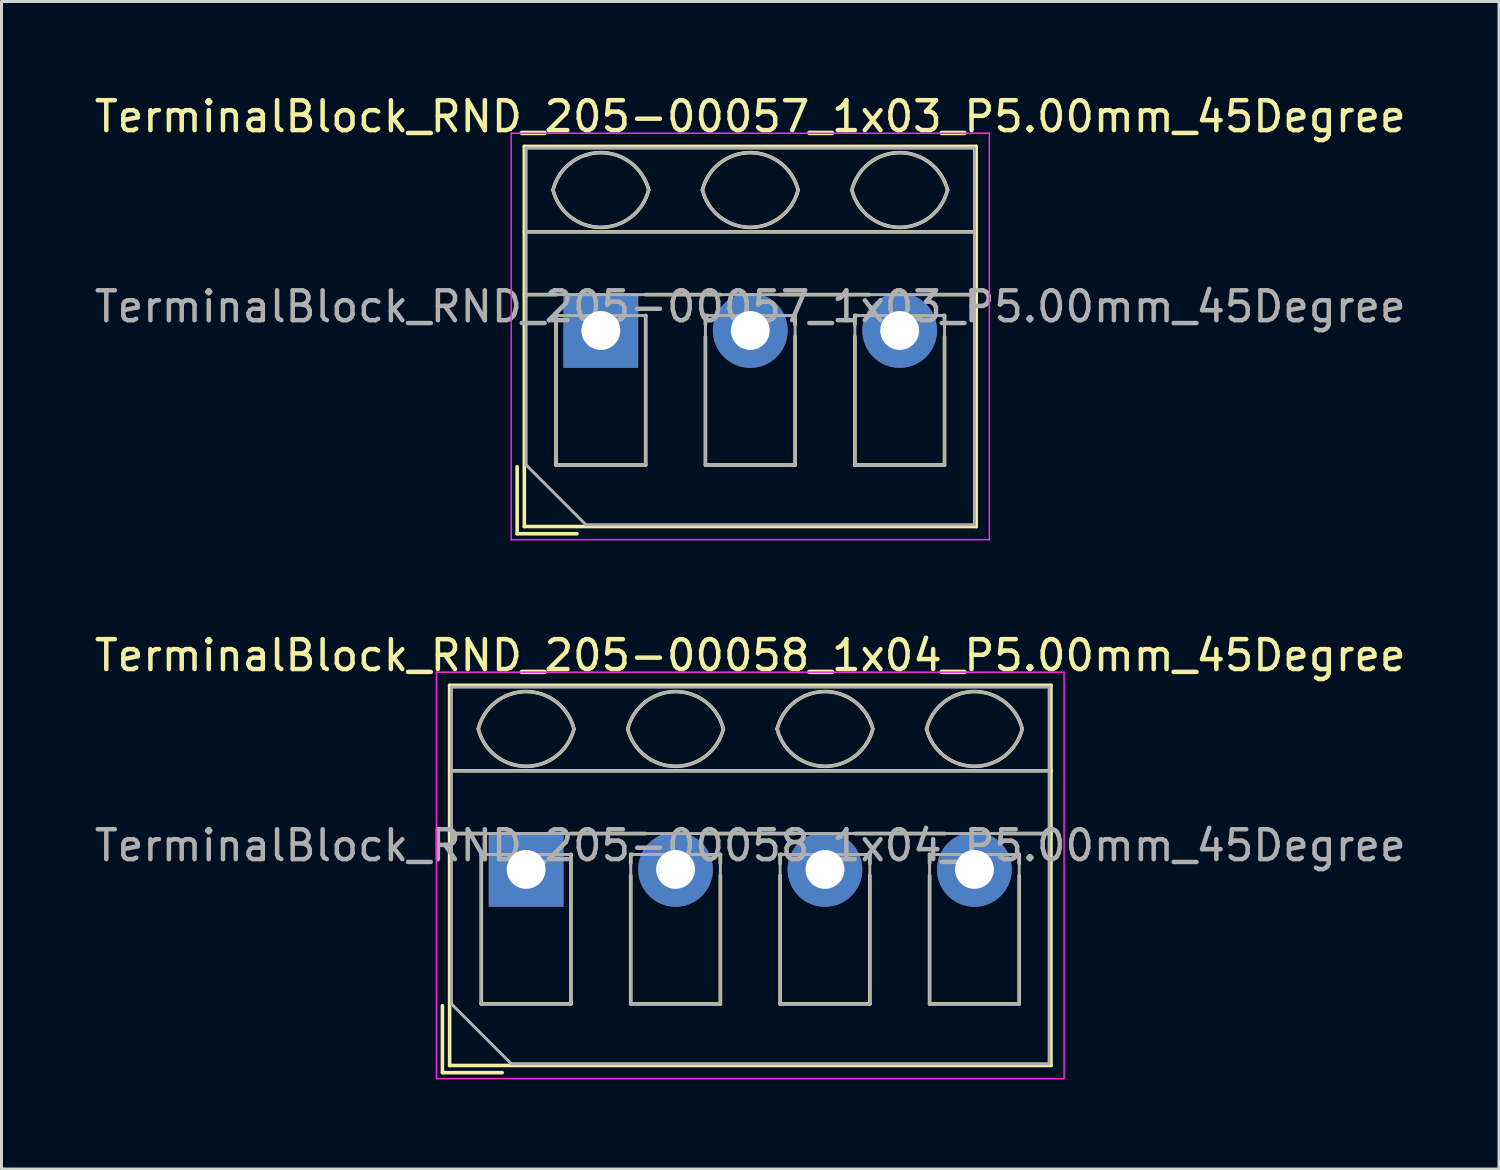
<source format=kicad_pcb>
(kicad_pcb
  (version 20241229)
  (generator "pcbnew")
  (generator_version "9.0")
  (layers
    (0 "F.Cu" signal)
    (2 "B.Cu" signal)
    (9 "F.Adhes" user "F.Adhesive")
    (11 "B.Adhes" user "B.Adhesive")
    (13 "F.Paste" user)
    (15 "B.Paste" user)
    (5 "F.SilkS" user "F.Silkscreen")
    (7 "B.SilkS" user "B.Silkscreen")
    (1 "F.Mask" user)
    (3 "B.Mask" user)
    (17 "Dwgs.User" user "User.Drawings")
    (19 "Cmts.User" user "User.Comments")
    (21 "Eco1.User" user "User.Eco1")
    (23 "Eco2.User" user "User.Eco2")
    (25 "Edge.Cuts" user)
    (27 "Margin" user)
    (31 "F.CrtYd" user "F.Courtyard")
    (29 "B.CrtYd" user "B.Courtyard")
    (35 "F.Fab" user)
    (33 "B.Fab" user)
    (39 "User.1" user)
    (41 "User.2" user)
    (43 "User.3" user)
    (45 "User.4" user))
  (footprint "TerminalBlock_RND_205-00058_1x04_P5.00mm_45Degree"
    (layer "F.Cu")
    (at 14.554 26.041)
    (property "Reference" "TerminalBlock_RND_205-00058_1x04_P5.00mm_45Degree" (at 7.5 -7.16 0) (layer "F.SilkS") (effects (font (size 1 1) (thickness 0.15))))
    (attr through_hole)
    (fp_line (start -2.8 4.56) (end -2.8 6.8) (stroke (width 0.12) (type solid)) (layer "F.SilkS"))
    (fp_line (start -2.8 6.8) (end -0.8 6.8) (stroke (width 0.12) (type solid)) (layer "F.SilkS"))
    (fp_line (start -2.56 -6.16) (end -2.56 6.56) (stroke (width 0.12) (type solid)) (layer "F.SilkS"))
    (fp_line (start -2.56 -6.16) (end 17.561 -6.16) (stroke (width 0.12) (type solid)) (layer "F.SilkS"))
    (fp_line (start -2.56 -3.301) (end 17.561 -3.301) (stroke (width 0.12) (type solid)) (layer "F.SilkS"))
    (fp_line (start -2.56 -1.201) (end -1.49 -1.201) (stroke (width 0.12) (type solid)) (layer "F.SilkS"))
    (fp_line (start -2.56 6.56) (end 17.561 6.56) (stroke (width 0.12) (type solid)) (layer "F.SilkS"))
    (fp_line (start -1.5 -0.5) (end -1.5 4.5) (stroke (width 0.12) (type solid)) (layer "F.SilkS"))
    (fp_line (start -1.5 -0.5) (end -1.49 -0.5) (stroke (width 0.12) (type solid)) (layer "F.SilkS"))
    (fp_line (start -1.5 4.5) (end 1.5 4.5) (stroke (width 0.12) (type solid)) (layer "F.SilkS"))
    (fp_line (start 1.49 -1.201) (end 4 -1.201) (stroke (width 0.12) (type solid)) (layer "F.SilkS"))
    (fp_line (start 1.49 -0.5) (end 1.5 -0.5) (stroke (width 0.12) (type solid)) (layer "F.SilkS"))
    (fp_line (start 1.5 -0.5) (end 1.5 4.5) (stroke (width 0.12) (type solid)) (layer "F.SilkS"))
    (fp_line (start 3.5 -0.5) (end 3.5 -0.202) (stroke (width 0.12) (type solid)) (layer "F.SilkS"))
    (fp_line (start 3.5 -0.5) (end 3.57 -0.5) (stroke (width 0.12) (type solid)) (layer "F.SilkS"))
    (fp_line (start 3.5 0.202) (end 3.5 4.5) (stroke (width 0.12) (type solid)) (layer "F.SilkS"))
    (fp_line (start 3.5 4.5) (end 6.5 4.5) (stroke (width 0.12) (type solid)) (layer "F.SilkS"))
    (fp_line (start 6.001 -1.201) (end 9 -1.201) (stroke (width 0.12) (type solid)) (layer "F.SilkS"))
    (fp_line (start 6.431 -0.5) (end 6.5 -0.5) (stroke (width 0.12) (type solid)) (layer "F.SilkS"))
    (fp_line (start 6.5 -0.5) (end 6.5 -0.202) (stroke (width 0.12) (type solid)) (layer "F.SilkS"))
    (fp_line (start 6.5 0.202) (end 6.5 4.5) (stroke (width 0.12) (type solid)) (layer "F.SilkS"))
    (fp_line (start 8.5 -0.5) (end 8.5 -0.202) (stroke (width 0.12) (type solid)) (layer "F.SilkS"))
    (fp_line (start 8.5 -0.5) (end 8.57 -0.5) (stroke (width 0.12) (type solid)) (layer "F.SilkS"))
    (fp_line (start 8.5 0.202) (end 8.5 4.5) (stroke (width 0.12) (type solid)) (layer "F.SilkS"))
    (fp_line (start 8.5 4.5) (end 11.5 4.5) (stroke (width 0.12) (type solid)) (layer "F.SilkS"))
    (fp_line (start 11.001 -1.201) (end 14 -1.201) (stroke (width 0.12) (type solid)) (layer "F.SilkS"))
    (fp_line (start 11.431 -0.5) (end 11.5 -0.5) (stroke (width 0.12) (type solid)) (layer "F.SilkS"))
    (fp_line (start 11.5 -0.5) (end 11.5 -0.202) (stroke (width 0.12) (type solid)) (layer "F.SilkS"))
    (fp_line (start 11.5 0.202) (end 11.5 4.5) (stroke (width 0.12) (type solid)) (layer "F.SilkS"))
    (fp_line (start 13.5 -0.5) (end 13.5 -0.202) (stroke (width 0.12) (type solid)) (layer "F.SilkS"))
    (fp_line (start 13.5 -0.5) (end 13.57 -0.5) (stroke (width 0.12) (type solid)) (layer "F.SilkS"))
    (fp_line (start 13.5 0.202) (end 13.5 4.5) (stroke (width 0.12) (type solid)) (layer "F.SilkS"))
    (fp_line (start 13.5 4.5) (end 16.5 4.5) (stroke (width 0.12) (type solid)) (layer "F.SilkS"))
    (fp_line (start 16.001 -1.201) (end 17.561 -1.201) (stroke (width 0.12) (type solid)) (layer "F.SilkS"))
    (fp_line (start 16.431 -0.5) (end 16.5 -0.5) (stroke (width 0.12) (type solid)) (layer "F.SilkS"))
    (fp_line (start 16.5 -0.5) (end 16.5 -0.202) (stroke (width 0.12) (type solid)) (layer "F.SilkS"))
    (fp_line (start 16.5 0.202) (end 16.5 4.5) (stroke (width 0.12) (type solid)) (layer "F.SilkS"))
    (fp_line (start 17.561 -6.16) (end 17.561 6.56) (stroke (width 0.12) (type solid)) (layer "F.SilkS"))
    (fp_arc (start -1.600914 -4.700344) (mid 0.000177 -5.95097) (end 1.601 -4.7) (stroke (width 0.12) (type solid)) (layer "F.SilkS"))
    (fp_arc (start 1.6 -4.7) (mid -0.000064 -3.45) (end -1.600031 -4.700125) (stroke (width 0.12) (type solid)) (layer "F.SilkS"))
    (fp_arc (start 3.399086 -4.700344) (mid 5.000177 -5.95097) (end 6.601 -4.7) (stroke (width 0.12) (type solid)) (layer "F.SilkS"))
    (fp_arc (start 6.6 -4.7) (mid 4.999936 -3.45) (end 3.399969 -4.700125) (stroke (width 0.12) (type solid)) (layer "F.SilkS"))
    (fp_arc (start 8.399086 -4.700344) (mid 10.000177 -5.95097) (end 11.601 -4.7) (stroke (width 0.12) (type solid)) (layer "F.SilkS"))
    (fp_arc (start 11.6 -4.7) (mid 9.999936 -3.45) (end 8.399969 -4.700125) (stroke (width 0.12) (type solid)) (layer "F.SilkS"))
    (fp_arc (start 13.399086 -4.700344) (mid 15.000177 -5.95097) (end 16.601 -4.7) (stroke (width 0.12) (type solid)) (layer "F.SilkS"))
    (fp_arc (start 16.6 -4.7) (mid 14.999936 -3.45) (end 13.399969 -4.700125) (stroke (width 0.12) (type solid)) (layer "F.SilkS"))
    (fp_line (start -3 -6.6) (end -3 7) (stroke (width 0.05) (type solid)) (layer "F.CrtYd"))
    (fp_line (start -3 7) (end 18 7) (stroke (width 0.05) (type solid)) (layer "F.CrtYd"))
    (fp_line (start 18 -6.6) (end -3 -6.6) (stroke (width 0.05) (type solid)) (layer "F.CrtYd"))
    (fp_line (start 18 7) (end 18 -6.6) (stroke (width 0.05) (type solid)) (layer "F.CrtYd"))
    (fp_line (start -2.5 -6.1) (end 17.5 -6.1) (stroke (width 0.1) (type solid)) (layer "F.Fab"))
    (fp_line (start -2.5 -3.3) (end 17.5 -3.3) (stroke (width 0.1) (type solid)) (layer "F.Fab"))
    (fp_line (start -2.5 -1.2) (end 17.5 -1.2) (stroke (width 0.1) (type solid)) (layer "F.Fab"))
    (fp_line (start -2.5 4.5) (end -2.5 -6.1) (stroke (width 0.1) (type solid)) (layer "F.Fab"))
    (fp_line (start -1.5 -0.5) (end -1.5 4.5) (stroke (width 0.1) (type solid)) (layer "F.Fab"))
    (fp_line (start -1.5 4.5) (end 1.5 4.5) (stroke (width 0.1) (type solid)) (layer "F.Fab"))
    (fp_line (start -0.5 6.5) (end -2.5 4.5) (stroke (width 0.1) (type solid)) (layer "F.Fab"))
    (fp_line (start 1.5 -0.5) (end -1.5 -0.5) (stroke (width 0.1) (type solid)) (layer "F.Fab"))
    (fp_line (start 1.5 4.5) (end 1.5 -0.5) (stroke (width 0.1) (type solid)) (layer "F.Fab"))
    (fp_line (start 3.5 -0.5) (end 3.5 4.5) (stroke (width 0.1) (type solid)) (layer "F.Fab"))
    (fp_line (start 3.5 4.5) (end 6.5 4.5) (stroke (width 0.1) (type solid)) (layer "F.Fab"))
    (fp_line (start 6.5 -0.5) (end 3.5 -0.5) (stroke (width 0.1) (type solid)) (layer "F.Fab"))
    (fp_line (start 6.5 4.5) (end 6.5 -0.5) (stroke (width 0.1) (type solid)) (layer "F.Fab"))
    (fp_line (start 8.5 -0.5) (end 8.5 4.5) (stroke (width 0.1) (type solid)) (layer "F.Fab"))
    (fp_line (start 8.5 4.5) (end 11.5 4.5) (stroke (width 0.1) (type solid)) (layer "F.Fab"))
    (fp_line (start 11.5 -0.5) (end 8.5 -0.5) (stroke (width 0.1) (type solid)) (layer "F.Fab"))
    (fp_line (start 11.5 4.5) (end 11.5 -0.5) (stroke (width 0.1) (type solid)) (layer "F.Fab"))
    (fp_line (start 13.5 -0.5) (end 13.5 4.5) (stroke (width 0.1) (type solid)) (layer "F.Fab"))
    (fp_line (start 13.5 4.5) (end 16.5 4.5) (stroke (width 0.1) (type solid)) (layer "F.Fab"))
    (fp_line (start 16.5 -0.5) (end 13.5 -0.5) (stroke (width 0.1) (type solid)) (layer "F.Fab"))
    (fp_line (start 16.5 4.5) (end 16.5 -0.5) (stroke (width 0.1) (type solid)) (layer "F.Fab"))
    (fp_line (start 17.5 -6.1) (end 17.5 6.5) (stroke (width 0.1) (type solid)) (layer "F.Fab"))
    (fp_line (start 17.5 6.5) (end -0.5 6.5) (stroke (width 0.1) (type solid)) (layer "F.Fab"))
    (fp_arc (start -1.600914 -4.700344) (mid 0.000177 -5.95097) (end 1.601 -4.7) (stroke (width 0.1) (type solid)) (layer "F.Fab"))
    (fp_arc (start 1.6 -4.7) (mid -0.000064 -3.45) (end -1.600031 -4.700125) (stroke (width 0.1) (type solid)) (layer "F.Fab"))
    (fp_arc (start 3.399086 -4.700344) (mid 5.000177 -5.95097) (end 6.601 -4.7) (stroke (width 0.1) (type solid)) (layer "F.Fab"))
    (fp_arc (start 6.6 -4.7) (mid 4.999936 -3.45) (end 3.399969 -4.700125) (stroke (width 0.1) (type solid)) (layer "F.Fab"))
    (fp_arc (start 8.399086 -4.700344) (mid 10.000177 -5.95097) (end 11.601 -4.7) (stroke (width 0.1) (type solid)) (layer "F.Fab"))
    (fp_arc (start 11.6 -4.7) (mid 9.999936 -3.45) (end 8.399969 -4.700125) (stroke (width 0.1) (type solid)) (layer "F.Fab"))
    (fp_arc (start 13.399086 -4.700344) (mid 15.000177 -5.95097) (end 16.601 -4.7) (stroke (width 0.1) (type solid)) (layer "F.Fab"))
    (fp_arc (start 16.6 -4.7) (mid 14.999936 -3.45) (end 13.399969 -4.700125) (stroke (width 0.1) (type solid)) (layer "F.Fab"))
    (fp_text user "${REFERENCE}" (at 7.5 -0.8 0) (layer "F.Fab") (effects (font (size 1 1) (thickness 0.15))))
    (pad "1" thru_hole rect (at 0 0) (size 2.5 2.5) (drill 1.3) (layers "*.Cu" "*.Mask"))
    (pad "2" thru_hole circle (at 5 0) (size 2.5 2.5) (drill 1.3) (layers "*.Cu" "*.Mask"))
    (pad "3" thru_hole circle (at 10 0) (size 2.5 2.5) (drill 1.3) (layers "*.Cu" "*.Mask"))
    (pad "4" thru_hole circle (at 15 0) (size 2.5 2.5) (drill 1.3) (layers "*.Cu" "*.Mask")))
  (footprint "TerminalBlock_RND_205-00057_1x03_P5.00mm_45Degree"
    (layer "F.Cu")
    (at 17.054 8.008)
    (property "Reference" "TerminalBlock_RND_205-00057_1x03_P5.00mm_45Degree" (at 5 -7.16 0) (layer "F.SilkS") (effects (font (size 1 1) (thickness 0.15))))
    (attr through_hole)
    (fp_line (start -2.8 4.56) (end -2.8 6.8) (stroke (width 0.12) (type solid)) (layer "F.SilkS"))
    (fp_line (start -2.8 6.8) (end -0.8 6.8) (stroke (width 0.12) (type solid)) (layer "F.SilkS"))
    (fp_line (start -2.56 -6.16) (end -2.56 6.56) (stroke (width 0.12) (type solid)) (layer "F.SilkS"))
    (fp_line (start -2.56 -6.16) (end 12.56 -6.16) (stroke (width 0.12) (type solid)) (layer "F.SilkS"))
    (fp_line (start -2.56 -3.301) (end 12.56 -3.301) (stroke (width 0.12) (type solid)) (layer "F.SilkS"))
    (fp_line (start -2.56 -1.201) (end -1.49 -1.201) (stroke (width 0.12) (type solid)) (layer "F.SilkS"))
    (fp_line (start -2.56 6.56) (end 12.56 6.56) (stroke (width 0.12) (type solid)) (layer "F.SilkS"))
    (fp_line (start -1.5 -0.5) (end -1.5 4.5) (stroke (width 0.12) (type solid)) (layer "F.SilkS"))
    (fp_line (start -1.5 -0.5) (end -1.49 -0.5) (stroke (width 0.12) (type solid)) (layer "F.SilkS"))
    (fp_line (start -1.5 4.5) (end 1.5 4.5) (stroke (width 0.12) (type solid)) (layer "F.SilkS"))
    (fp_line (start 1.49 -1.201) (end 4 -1.201) (stroke (width 0.12) (type solid)) (layer "F.SilkS"))
    (fp_line (start 1.49 -0.5) (end 1.5 -0.5) (stroke (width 0.12) (type solid)) (layer "F.SilkS"))
    (fp_line (start 1.5 -0.5) (end 1.5 4.5) (stroke (width 0.12) (type solid)) (layer "F.SilkS"))
    (fp_line (start 3.5 -0.5) (end 3.5 -0.202) (stroke (width 0.12) (type solid)) (layer "F.SilkS"))
    (fp_line (start 3.5 -0.5) (end 3.57 -0.5) (stroke (width 0.12) (type solid)) (layer "F.SilkS"))
    (fp_line (start 3.5 0.202) (end 3.5 4.5) (stroke (width 0.12) (type solid)) (layer "F.SilkS"))
    (fp_line (start 3.5 4.5) (end 6.5 4.5) (stroke (width 0.12) (type solid)) (layer "F.SilkS"))
    (fp_line (start 6.001 -1.201) (end 9 -1.201) (stroke (width 0.12) (type solid)) (layer "F.SilkS"))
    (fp_line (start 6.431 -0.5) (end 6.5 -0.5) (stroke (width 0.12) (type solid)) (layer "F.SilkS"))
    (fp_line (start 6.5 -0.5) (end 6.5 -0.202) (stroke (width 0.12) (type solid)) (layer "F.SilkS"))
    (fp_line (start 6.5 0.202) (end 6.5 4.5) (stroke (width 0.12) (type solid)) (layer "F.SilkS"))
    (fp_line (start 8.5 -0.5) (end 8.5 -0.202) (stroke (width 0.12) (type solid)) (layer "F.SilkS"))
    (fp_line (start 8.5 -0.5) (end 8.57 -0.5) (stroke (width 0.12) (type solid)) (layer "F.SilkS"))
    (fp_line (start 8.5 0.202) (end 8.5 4.5) (stroke (width 0.12) (type solid)) (layer "F.SilkS"))
    (fp_line (start 8.5 4.5) (end 11.5 4.5) (stroke (width 0.12) (type solid)) (layer "F.SilkS"))
    (fp_line (start 11.001 -1.201) (end 12.56 -1.201) (stroke (width 0.12) (type solid)) (layer "F.SilkS"))
    (fp_line (start 11.431 -0.5) (end 11.5 -0.5) (stroke (width 0.12) (type solid)) (layer "F.SilkS"))
    (fp_line (start 11.5 -0.5) (end 11.5 -0.202) (stroke (width 0.12) (type solid)) (layer "F.SilkS"))
    (fp_line (start 11.5 0.202) (end 11.5 4.5) (stroke (width 0.12) (type solid)) (layer "F.SilkS"))
    (fp_line (start 12.56 -6.16) (end 12.56 6.56) (stroke (width 0.12) (type solid)) (layer "F.SilkS"))
    (fp_arc (start -1.600914 -4.700344) (mid 0.000177 -5.95097) (end 1.601 -4.7) (stroke (width 0.12) (type solid)) (layer "F.SilkS"))
    (fp_arc (start 1.6 -4.7) (mid -0.000064 -3.45) (end -1.600031 -4.700125) (stroke (width 0.12) (type solid)) (layer "F.SilkS"))
    (fp_arc (start 3.399086 -4.700344) (mid 5.000177 -5.95097) (end 6.601 -4.7) (stroke (width 0.12) (type solid)) (layer "F.SilkS"))
    (fp_arc (start 6.6 -4.7) (mid 4.999936 -3.45) (end 3.399969 -4.700125) (stroke (width 0.12) (type solid)) (layer "F.SilkS"))
    (fp_arc (start 8.399086 -4.700344) (mid 10.000177 -5.95097) (end 11.601 -4.7) (stroke (width 0.12) (type solid)) (layer "F.SilkS"))
    (fp_arc (start 11.6 -4.7) (mid 9.999936 -3.45) (end 8.399969 -4.700125) (stroke (width 0.12) (type solid)) (layer "F.SilkS"))
    (fp_line (start -3 -6.6) (end -3 7) (stroke (width 0.05) (type solid)) (layer "F.CrtYd"))
    (fp_line (start -3 7) (end 13 7) (stroke (width 0.05) (type solid)) (layer "F.CrtYd"))
    (fp_line (start 13 -6.6) (end -3 -6.6) (stroke (width 0.05) (type solid)) (layer "F.CrtYd"))
    (fp_line (start 13 7) (end 13 -6.6) (stroke (width 0.05) (type solid)) (layer "F.CrtYd"))
    (fp_line (start -2.5 -6.1) (end 12.5 -6.1) (stroke (width 0.1) (type solid)) (layer "F.Fab"))
    (fp_line (start -2.5 -3.3) (end 12.5 -3.3) (stroke (width 0.1) (type solid)) (layer "F.Fab"))
    (fp_line (start -2.5 -1.2) (end 12.5 -1.2) (stroke (width 0.1) (type solid)) (layer "F.Fab"))
    (fp_line (start -2.5 4.5) (end -2.5 -6.1) (stroke (width 0.1) (type solid)) (layer "F.Fab"))
    (fp_line (start -1.5 -0.5) (end -1.5 4.5) (stroke (width 0.1) (type solid)) (layer "F.Fab"))
    (fp_line (start -1.5 4.5) (end 1.5 4.5) (stroke (width 0.1) (type solid)) (layer "F.Fab"))
    (fp_line (start -0.5 6.5) (end -2.5 4.5) (stroke (width 0.1) (type solid)) (layer "F.Fab"))
    (fp_line (start 1.5 -0.5) (end -1.5 -0.5) (stroke (width 0.1) (type solid)) (layer "F.Fab"))
    (fp_line (start 1.5 4.5) (end 1.5 -0.5) (stroke (width 0.1) (type solid)) (layer "F.Fab"))
    (fp_line (start 3.5 -0.5) (end 3.5 4.5) (stroke (width 0.1) (type solid)) (layer "F.Fab"))
    (fp_line (start 3.5 4.5) (end 6.5 4.5) (stroke (width 0.1) (type solid)) (layer "F.Fab"))
    (fp_line (start 6.5 -0.5) (end 3.5 -0.5) (stroke (width 0.1) (type solid)) (layer "F.Fab"))
    (fp_line (start 6.5 4.5) (end 6.5 -0.5) (stroke (width 0.1) (type solid)) (layer "F.Fab"))
    (fp_line (start 8.5 -0.5) (end 8.5 4.5) (stroke (width 0.1) (type solid)) (layer "F.Fab"))
    (fp_line (start 8.5 4.5) (end 11.5 4.5) (stroke (width 0.1) (type solid)) (layer "F.Fab"))
    (fp_line (start 11.5 -0.5) (end 8.5 -0.5) (stroke (width 0.1) (type solid)) (layer "F.Fab"))
    (fp_line (start 11.5 4.5) (end 11.5 -0.5) (stroke (width 0.1) (type solid)) (layer "F.Fab"))
    (fp_line (start 12.5 -6.1) (end 12.5 6.5) (stroke (width 0.1) (type solid)) (layer "F.Fab"))
    (fp_line (start 12.5 6.5) (end -0.5 6.5) (stroke (width 0.1) (type solid)) (layer "F.Fab"))
    (fp_arc (start -1.600914 -4.700344) (mid 0.000177 -5.95097) (end 1.601 -4.7) (stroke (width 0.1) (type solid)) (layer "F.Fab"))
    (fp_arc (start 1.6 -4.7) (mid -0.000064 -3.45) (end -1.600031 -4.700125) (stroke (width 0.1) (type solid)) (layer "F.Fab"))
    (fp_arc (start 3.399086 -4.700344) (mid 5.000177 -5.95097) (end 6.601 -4.7) (stroke (width 0.1) (type solid)) (layer "F.Fab"))
    (fp_arc (start 6.6 -4.7) (mid 4.999936 -3.45) (end 3.399969 -4.700125) (stroke (width 0.1) (type solid)) (layer "F.Fab"))
    (fp_arc (start 8.399086 -4.700344) (mid 10.000177 -5.95097) (end 11.601 -4.7) (stroke (width 0.1) (type solid)) (layer "F.Fab"))
    (fp_arc (start 11.6 -4.7) (mid 9.999936 -3.45) (end 8.399969 -4.700125) (stroke (width 0.1) (type solid)) (layer "F.Fab"))
    (fp_text user "${REFERENCE}" (at 5 -0.8 0) (layer "F.Fab") (effects (font (size 1 1) (thickness 0.15))))
    (pad "1" thru_hole rect (at 0 0) (size 2.5 2.5) (drill 1.3) (layers "*.Cu" "*.Mask"))
    (pad "2" thru_hole circle (at 5 0) (size 2.5 2.5) (drill 1.3) (layers "*.Cu" "*.Mask"))
    (pad "3" thru_hole circle (at 10 0) (size 2.5 2.5) (drill 1.3) (layers "*.Cu" "*.Mask")))
  (gr_rect
    (start -3 -3)
    (end 47.107 36.066)
    (stroke (width 0.1) (type default))
    (fill no)
    (layer "Edge.Cuts")))
</source>
